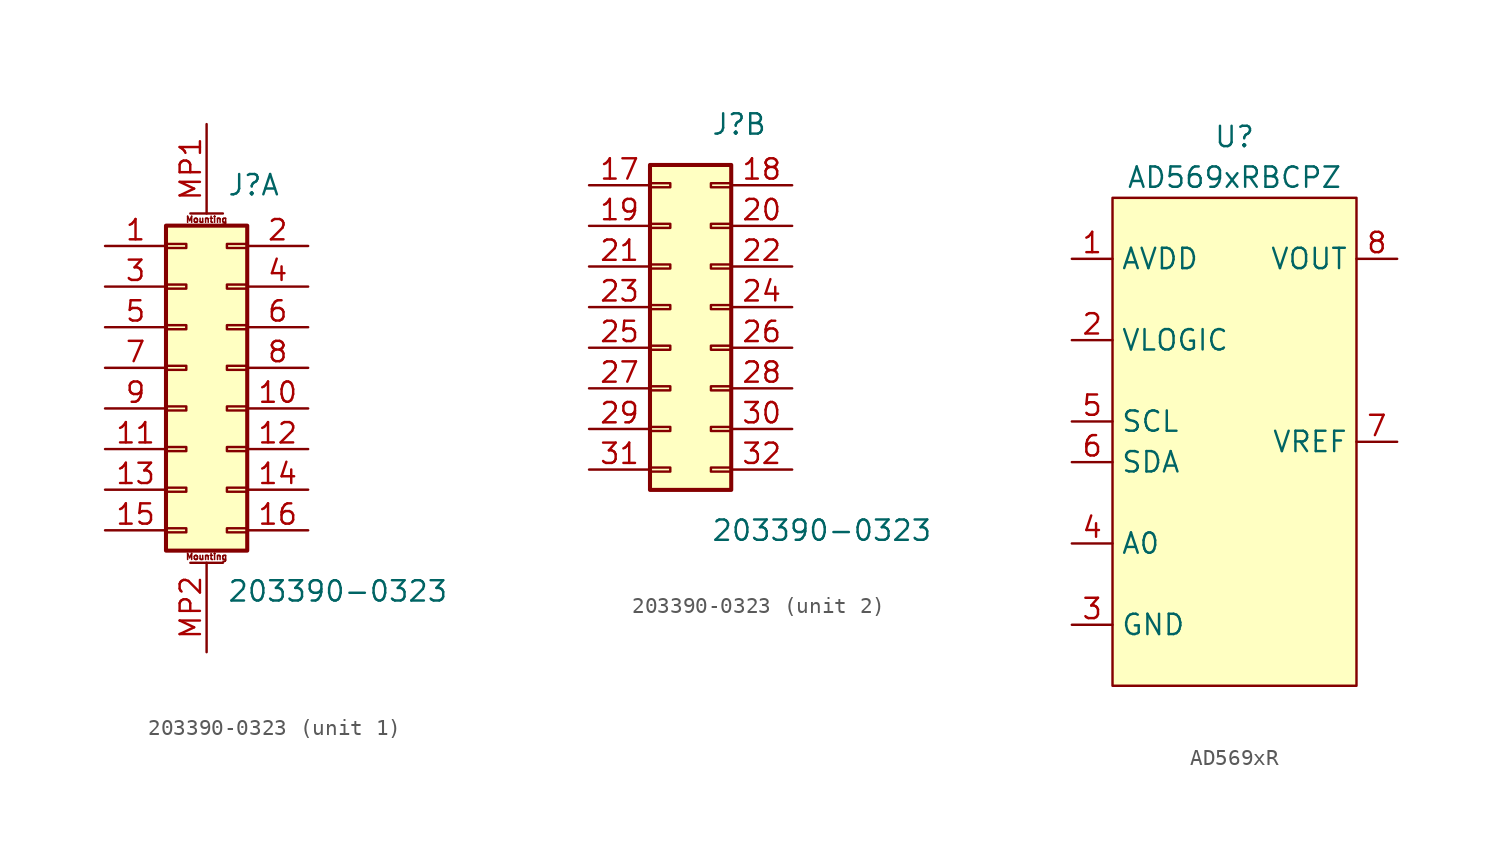
<source format=kicad_sym>
(kicad_symbol_lib
  (version 20220914)
  (generator kicad_symbol_editor)
  (symbol "203390-0323"
    (pin_names hide)
    (property "Reference" "J"
      (at 1.27 12.7 0)
      (effects (font (size 1.27 1.27)) (justify left)))
    (property "Value" "203390-0323"
      (at 1.27 -12.7 0)
      (effects (font (size 1.27 1.27)) (justify left)))
    (property "ki_locked" ""
      (at 0 0 0)
      (effects (font (size 1.27 1.27))))
    (symbol "203390-0323_1_1"
      (rectangle (start -2.54 -8.763) (end -1.27 -9.017) (stroke (width 0.152) (type default)) (fill (type none)))
      (rectangle (start -2.54 -6.223) (end -1.27 -6.477) (stroke (width 0.152) (type default)) (fill (type none)))
      (rectangle (start -2.54 -3.683) (end -1.27 -3.937) (stroke (width 0.152) (type default)) (fill (type none)))
      (rectangle (start -2.54 -1.143) (end -1.27 -1.397) (stroke (width 0.152) (type default)) (fill (type none)))
      (rectangle (start -2.54 1.397) (end -1.27 1.143) (stroke (width 0.152) (type default)) (fill (type none)))
      (rectangle (start -2.54 3.937) (end -1.27 3.683) (stroke (width 0.152) (type default)) (fill (type none)))
      (rectangle (start -2.54 6.477) (end -1.27 6.223) (stroke (width 0.152) (type default)) (fill (type none)))
      (rectangle (start -2.54 9.017) (end -1.27 8.763) (stroke (width 0.152) (type default)) (fill (type none)))
      (rectangle (start -2.54 10.16) (end 2.54 -10.16) (stroke (width 0.254) (type default)) (fill (type background)))
      (polyline (pts (xy -1.016 -10.922) (xy 1.016 -10.922)) (stroke (width 0.152) (type default)) (fill (type none)))
      (polyline (pts (xy 1.016 10.922) (xy -1.016 10.922)) (stroke (width 0.152) (type default)) (fill (type none)))
      (rectangle (start 2.54 -8.763) (end 1.27 -9.017) (stroke (width 0.152) (type default)) (fill (type none)))
      (rectangle (start 2.54 -6.223) (end 1.27 -6.477) (stroke (width 0.152) (type default)) (fill (type none)))
      (rectangle (start 2.54 -3.683) (end 1.27 -3.937) (stroke (width 0.152) (type default)) (fill (type none)))
      (rectangle (start 2.54 -1.143) (end 1.27 -1.397) (stroke (width 0.152) (type default)) (fill (type none)))
      (rectangle (start 2.54 1.397) (end 1.27 1.143) (stroke (width 0.152) (type default)) (fill (type none)))
      (rectangle (start 2.54 3.937) (end 1.27 3.683) (stroke (width 0.152) (type default)) (fill (type none)))
      (rectangle (start 2.54 6.477) (end 1.27 6.223) (stroke (width 0.152) (type default)) (fill (type none)))
      (rectangle (start 2.54 9.017) (end 1.27 8.763) (stroke (width 0.152) (type default)) (fill (type none)))
      (text "Mounting" (at 0 -10.541 0) (effects (font (size 0.381 0.381))))
      (text "Mounting" (at 0 10.541 0) (effects (font (size 0.381 0.381))))
      (pin passive line (at -6.35 8.89 0) (length 3.81) (name "Pin_1" (effects (font (size 1.27 1.27)))) (number "1" (effects (font (size 1.27 1.27)))))
      (pin passive line (at 6.35 -1.27 180) (length 3.81) (name "Pin_10" (effects (font (size 1.27 1.27)))) (number "10" (effects (font (size 1.27 1.27)))))
      (pin passive line (at -6.35 -3.81 0) (length 3.81) (name "Pin_11" (effects (font (size 1.27 1.27)))) (number "11" (effects (font (size 1.27 1.27)))))
      (pin passive line (at 6.35 -3.81 180) (length 3.81) (name "Pin_12" (effects (font (size 1.27 1.27)))) (number "12" (effects (font (size 1.27 1.27)))))
      (pin passive line (at -6.35 -6.35 0) (length 3.81) (name "Pin_13" (effects (font (size 1.27 1.27)))) (number "13" (effects (font (size 1.27 1.27)))))
      (pin passive line (at 6.35 -6.35 180) (length 3.81) (name "Pin_14" (effects (font (size 1.27 1.27)))) (number "14" (effects (font (size 1.27 1.27)))))
      (pin passive line (at -6.35 -8.89 0) (length 3.81) (name "Pin_15" (effects (font (size 1.27 1.27)))) (number "15" (effects (font (size 1.27 1.27)))))
      (pin passive line (at 6.35 -8.89 180) (length 3.81) (name "Pin_16" (effects (font (size 1.27 1.27)))) (number "16" (effects (font (size 1.27 1.27)))))
      (pin passive line (at 6.35 8.89 180) (length 3.81) (name "Pin_2" (effects (font (size 1.27 1.27)))) (number "2" (effects (font (size 1.27 1.27)))))
      (pin passive line (at -6.35 6.35 0) (length 3.81) (name "Pin_3" (effects (font (size 1.27 1.27)))) (number "3" (effects (font (size 1.27 1.27)))))
      (pin passive line (at 6.35 6.35 180) (length 3.81) (name "Pin_4" (effects (font (size 1.27 1.27)))) (number "4" (effects (font (size 1.27 1.27)))))
      (pin passive line (at -6.35 3.81 0) (length 3.81) (name "Pin_5" (effects (font (size 1.27 1.27)))) (number "5" (effects (font (size 1.27 1.27)))))
      (pin passive line (at 6.35 3.81 180) (length 3.81) (name "Pin_6" (effects (font (size 1.27 1.27)))) (number "6" (effects (font (size 1.27 1.27)))))
      (pin passive line (at -6.35 1.27 0) (length 3.81) (name "Pin_7" (effects (font (size 1.27 1.27)))) (number "7" (effects (font (size 1.27 1.27)))))
      (pin passive line (at 6.35 1.27 180) (length 3.81) (name "Pin_8" (effects (font (size 1.27 1.27)))) (number "8" (effects (font (size 1.27 1.27)))))
      (pin passive line (at -6.35 -1.27 0) (length 3.81) (name "Pin_9" (effects (font (size 1.27 1.27)))) (number "9" (effects (font (size 1.27 1.27)))))
      (pin passive line (at 0 16.51 270) (length 5.588) (name "MountPin1" (effects (font (size 1.27 1.27)))) (number "MP1" (effects (font (size 1.27 1.27)))))
      (pin passive line (at 0 -16.51 90) (length 5.588) (name "MountPin2" (effects (font (size 1.27 1.27)))) (number "MP2" (effects (font (size 1.27 1.27))))))
    (symbol "203390-0323_2_1"
      (rectangle (start -2.54 -8.763) (end -1.27 -9.017) (stroke (width 0.152) (type default)) (fill (type none)))
      (rectangle (start -2.54 -6.223) (end -1.27 -6.477) (stroke (width 0.152) (type default)) (fill (type none)))
      (rectangle (start -2.54 -3.683) (end -1.27 -3.937) (stroke (width 0.152) (type default)) (fill (type none)))
      (rectangle (start -2.54 -1.143) (end -1.27 -1.397) (stroke (width 0.152) (type default)) (fill (type none)))
      (rectangle (start -2.54 1.397) (end -1.27 1.143) (stroke (width 0.152) (type default)) (fill (type none)))
      (rectangle (start -2.54 3.937) (end -1.27 3.683) (stroke (width 0.152) (type default)) (fill (type none)))
      (rectangle (start -2.54 6.477) (end -1.27 6.223) (stroke (width 0.152) (type default)) (fill (type none)))
      (rectangle (start -2.54 9.017) (end -1.27 8.763) (stroke (width 0.152) (type default)) (fill (type none)))
      (rectangle (start -2.54 10.16) (end 2.54 -10.16) (stroke (width 0.254) (type default)) (fill (type background)))
      (rectangle (start 2.54 -8.763) (end 1.27 -9.017) (stroke (width 0.152) (type default)) (fill (type none)))
      (rectangle (start 2.54 -6.223) (end 1.27 -6.477) (stroke (width 0.152) (type default)) (fill (type none)))
      (rectangle (start 2.54 -3.683) (end 1.27 -3.937) (stroke (width 0.152) (type default)) (fill (type none)))
      (rectangle (start 2.54 -1.143) (end 1.27 -1.397) (stroke (width 0.152) (type default)) (fill (type none)))
      (rectangle (start 2.54 1.397) (end 1.27 1.143) (stroke (width 0.152) (type default)) (fill (type none)))
      (rectangle (start 2.54 3.937) (end 1.27 3.683) (stroke (width 0.152) (type default)) (fill (type none)))
      (rectangle (start 2.54 6.477) (end 1.27 6.223) (stroke (width 0.152) (type default)) (fill (type none)))
      (rectangle (start 2.54 9.017) (end 1.27 8.763) (stroke (width 0.152) (type default)) (fill (type none)))
      (pin passive line (at -6.35 8.89 0) (length 3.81) (name "Pin_17" (effects (font (size 1.27 1.27)))) (number "17" (effects (font (size 1.27 1.27)))))
      (pin passive line (at 6.35 8.89 180) (length 3.81) (name "Pin_18" (effects (font (size 1.27 1.27)))) (number "18" (effects (font (size 1.27 1.27)))))
      (pin passive line (at -6.35 6.35 0) (length 3.81) (name "Pin_19" (effects (font (size 1.27 1.27)))) (number "19" (effects (font (size 1.27 1.27)))))
      (pin passive line (at 6.35 6.35 180) (length 3.81) (name "Pin_20" (effects (font (size 1.27 1.27)))) (number "20" (effects (font (size 1.27 1.27)))))
      (pin passive line (at -6.35 3.81 0) (length 3.81) (name "Pin_21" (effects (font (size 1.27 1.27)))) (number "21" (effects (font (size 1.27 1.27)))))
      (pin passive line (at 6.35 3.81 180) (length 3.81) (name "Pin_22" (effects (font (size 1.27 1.27)))) (number "22" (effects (font (size 1.27 1.27)))))
      (pin passive line (at -6.35 1.27 0) (length 3.81) (name "Pin_23" (effects (font (size 1.27 1.27)))) (number "23" (effects (font (size 1.27 1.27)))))
      (pin passive line (at 6.35 1.27 180) (length 3.81) (name "Pin_24" (effects (font (size 1.27 1.27)))) (number "24" (effects (font (size 1.27 1.27)))))
      (pin passive line (at -6.35 -1.27 0) (length 3.81) (name "Pin_25" (effects (font (size 1.27 1.27)))) (number "25" (effects (font (size 1.27 1.27)))))
      (pin passive line (at 6.35 -1.27 180) (length 3.81) (name "Pin_26" (effects (font (size 1.27 1.27)))) (number "26" (effects (font (size 1.27 1.27)))))
      (pin passive line (at -6.35 -3.81 0) (length 3.81) (name "Pin_27" (effects (font (size 1.27 1.27)))) (number "27" (effects (font (size 1.27 1.27)))))
      (pin passive line (at 6.35 -3.81 180) (length 3.81) (name "Pin_28" (effects (font (size 1.27 1.27)))) (number "28" (effects (font (size 1.27 1.27)))))
      (pin passive line (at -6.35 -6.35 0) (length 3.81) (name "Pin_29" (effects (font (size 1.27 1.27)))) (number "29" (effects (font (size 1.27 1.27)))))
      (pin passive line (at 6.35 -6.35 180) (length 3.81) (name "Pin_30" (effects (font (size 1.27 1.27)))) (number "30" (effects (font (size 1.27 1.27)))))
      (pin passive line (at -6.35 -8.89 0) (length 3.81) (name "Pin_31" (effects (font (size 1.27 1.27)))) (number "31" (effects (font (size 1.27 1.27)))))
      (pin passive line (at 6.35 -8.89 180) (length 3.81) (name "Pin_32" (effects (font (size 1.27 1.27)))) (number "32" (effects (font (size 1.27 1.27)))))))
  (symbol "AD569xR"
    (property "Reference" "U"
      (at 0 19.05 0)
      (effects (font (size 1.27 1.27))))
    (property "Value" "AD569xRBCPZ"
      (at 0 16.51 0)
      (effects (font (size 1.27 1.27))))
    (symbol "AD569xR_0_1"
      (rectangle (start -7.62 15.24) (end 7.62 -15.24) (stroke (width 0) (type default)) (fill (type background))))
    (symbol "AD569xR_1_0"
      (pin input line (at -10.16 6.35 0) (length 2.54) (name "VLOGIC" (effects (font (size 1.27 1.27)))) (number "2" (effects (font (size 1.27 1.27)))))
      (pin power_in line (at -10.16 -11.43 0) (length 2.54) (name "GND" (effects (font (size 1.27 1.27)))) (number "3" (effects (font (size 1.27 1.27)))))
      (pin input line (at -10.16 -6.35 0) (length 2.54) (name "A0" (effects (font (size 1.27 1.27)))) (number "4" (effects (font (size 1.27 1.27)))))
      (pin bidirectional line (at -10.16 1.27 0) (length 2.54) (name "SCL" (effects (font (size 1.27 1.27)))) (number "5" (effects (font (size 1.27 1.27)))))
      (pin bidirectional line (at -10.16 -1.27 0) (length 2.54) (name "SDA" (effects (font (size 1.27 1.27)))) (number "6" (effects (font (size 1.27 1.27)))))
      (pin output line (at 10.16 0 180) (length 2.54) (name "VREF" (effects (font (size 1.27 1.27)))) (number "7" (effects (font (size 1.27 1.27)))))
      (pin output line (at 10.16 11.43 180) (length 2.54) (name "VOUT" (effects (font (size 1.27 1.27)))) (number "8" (effects (font (size 1.27 1.27)))))
      (pin passive line (at -10.16 -11.43 0) (length 2.54) hide (name "GND" (effects (font (size 1.27 1.27)))) (number "9" (effects (font (size 1.27 1.27))))))
    (symbol "AD569xR_1_1"
      (pin power_in line (at -10.16 11.43 0) (length 2.54) (name "AVDD" (effects (font (size 1.27 1.27)))) (number "1" (effects (font (size 1.27 1.27))))))))
</source>
